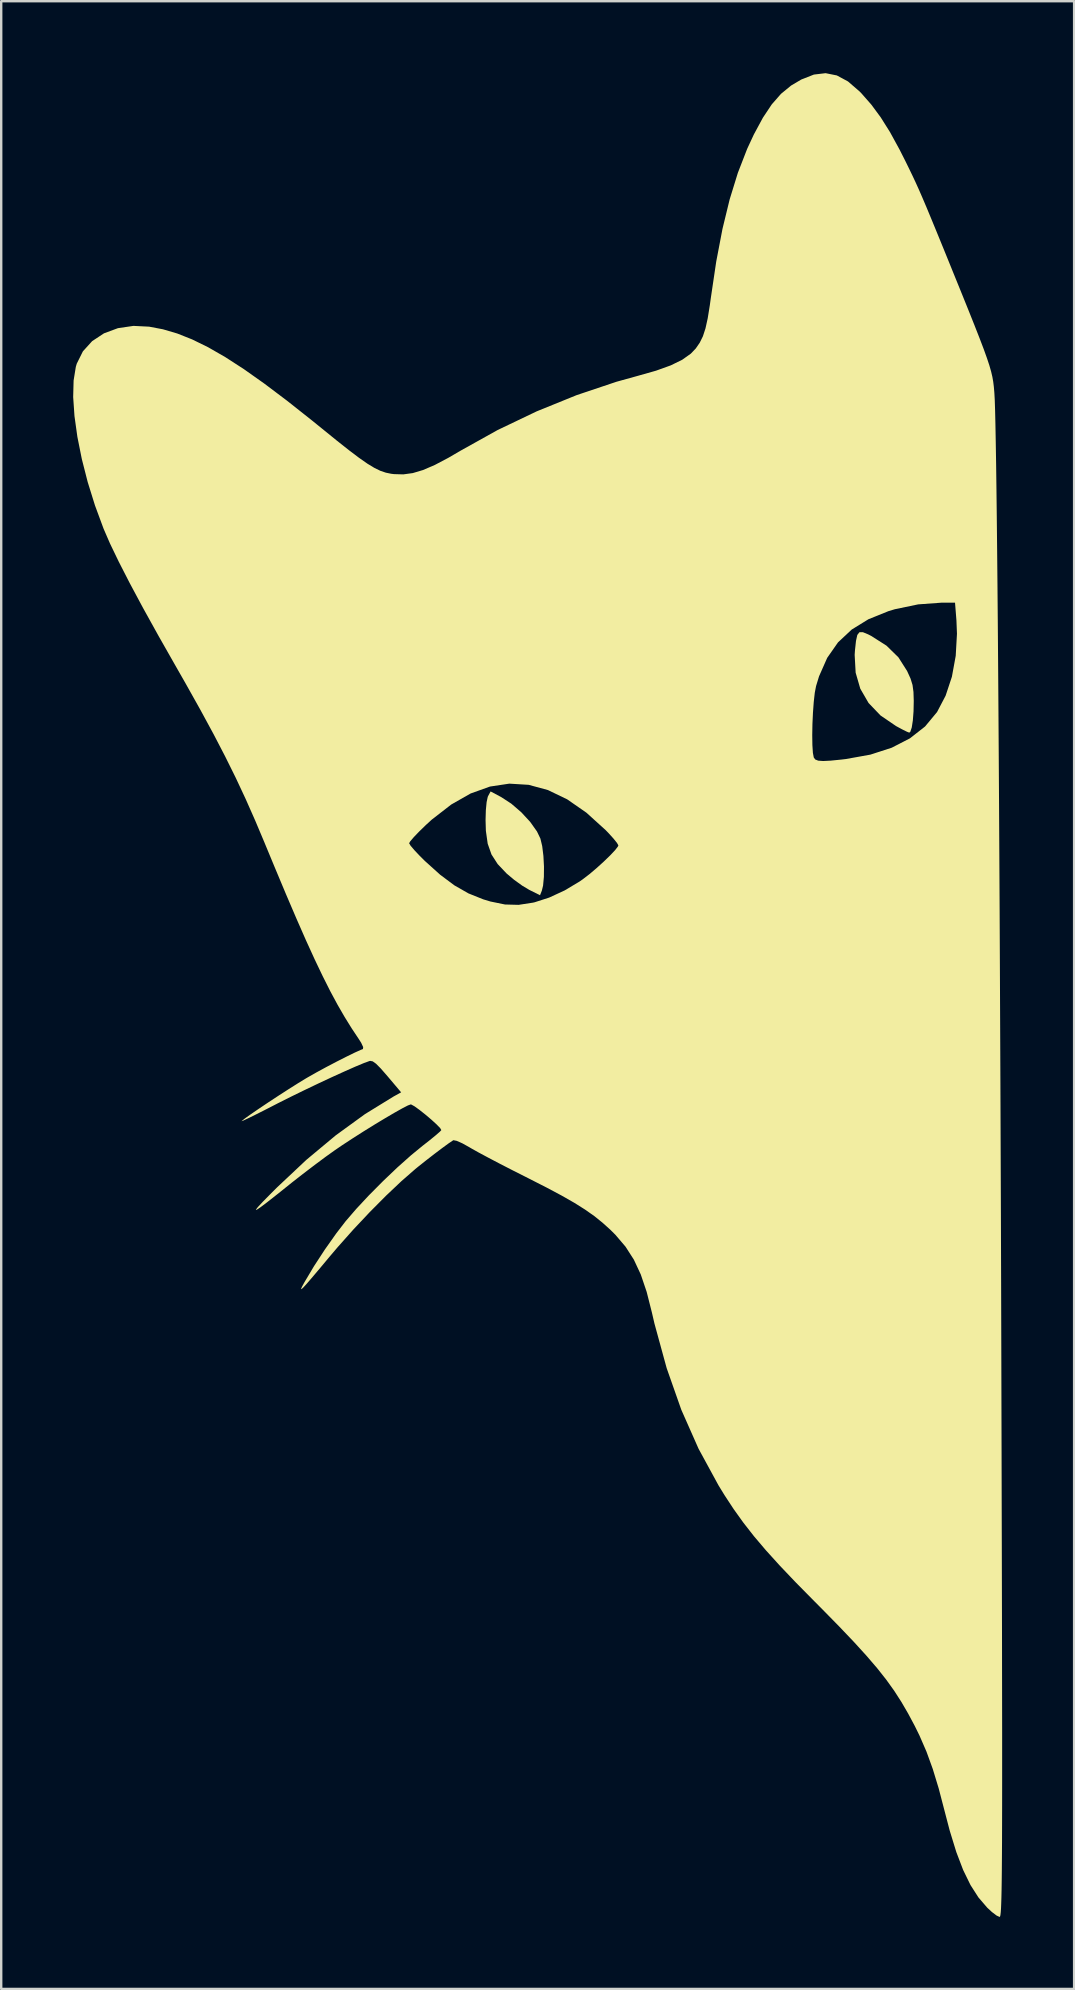
<source format=kicad_pcb>
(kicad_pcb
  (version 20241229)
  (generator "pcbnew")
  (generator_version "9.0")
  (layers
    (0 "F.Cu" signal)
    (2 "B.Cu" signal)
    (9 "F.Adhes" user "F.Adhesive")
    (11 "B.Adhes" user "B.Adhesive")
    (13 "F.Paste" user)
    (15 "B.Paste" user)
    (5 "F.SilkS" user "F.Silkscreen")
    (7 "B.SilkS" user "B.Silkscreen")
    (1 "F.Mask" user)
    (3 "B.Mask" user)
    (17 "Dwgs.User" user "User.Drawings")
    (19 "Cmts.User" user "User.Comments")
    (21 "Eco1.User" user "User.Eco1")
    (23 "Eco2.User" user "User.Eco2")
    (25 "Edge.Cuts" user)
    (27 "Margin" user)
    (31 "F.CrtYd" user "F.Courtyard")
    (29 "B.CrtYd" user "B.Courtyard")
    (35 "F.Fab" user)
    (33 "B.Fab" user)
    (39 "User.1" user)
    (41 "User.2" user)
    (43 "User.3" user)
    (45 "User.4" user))
  (footprint "cat"
    (layer "F.Cu")
    (at 19.336 38.494)
    (property "Reference" "cat" (at 0 0 0) (layer "F.SilkS") (effects (font (size 1.5 1.5) (thickness 0.3))))
    (attr board_only exclude_from_pos_files exclude_from_bom)
    (fp_poly (pts (xy 13.798 -15.104) (xy 13.925 -15.039) (xy 14.563 -14.633) (xy 15.059 -14.147) (xy 15.421 -13.578) (xy 15.565 -13.262) (xy 15.648 -12.994) (xy 15.687 -12.702) (xy 15.699 -12.333) (xy 15.69 -11.896) (xy 15.661 -11.515) (xy 15.615 -11.221) (xy 15.556 -11.045) (xy 15.511 -11.008) (xy 15.412 -11.047) (xy 15.21 -11.147) (xy 14.959 -11.283) (xy 14.313 -11.724) (xy 13.816 -12.243) (xy 13.471 -12.838) (xy 13.277 -13.507) (xy 13.236 -14.25) (xy 13.249 -14.44) (xy 13.292 -14.835) (xy 13.346 -15.079) (xy 13.435 -15.193) (xy 13.578 -15.195)) (stroke (width 0) (type solid)) (fill yes) (layer "F.SilkS"))
    (fp_poly (pts (xy -1.498 -8.323) (xy -1.076 -8.048) (xy -0.66 -7.69) (xy -0.29 -7.29) (xy -0.005 -6.889) (xy 0.138 -6.592) (xy 0.213 -6.278) (xy 0.263 -5.871) (xy 0.287 -5.425) (xy 0.283 -4.994) (xy 0.249 -4.632) (xy 0.198 -4.423) (xy 0.122 -4.231) (xy -0.327 -4.455) (xy -0.62 -4.63) (xy -0.958 -4.874) (xy -1.269 -5.135) (xy -1.273 -5.139) (xy -1.644 -5.531) (xy -1.901 -5.93) (xy -2.059 -6.379) (xy -2.135 -6.917) (xy -2.148 -7.366) (xy -2.136 -7.776) (xy -2.104 -8.111) (xy -2.057 -8.331) (xy -2.042 -8.364) (xy -1.938 -8.557)) (stroke (width 0) (type solid)) (fill yes) (layer "F.SilkS"))
    (fp_poly (pts (xy 12.493 -38.4) (xy 12.957 -38.15) (xy 13.435 -37.738) (xy 13.523 -37.648) (xy 13.934 -37.179) (xy 14.322 -36.653) (xy 14.707 -36.041) (xy 15.106 -35.312) (xy 15.345 -34.84) (xy 15.5 -34.524) (xy 15.641 -34.232) (xy 15.776 -33.944) (xy 15.913 -33.641) (xy 16.061 -33.301) (xy 16.229 -32.906) (xy 16.425 -32.434) (xy 16.659 -31.866) (xy 16.939 -31.181) (xy 17.273 -30.359) (xy 17.275 -30.353) (xy 17.65 -29.43) (xy 17.966 -28.648) (xy 18.228 -27.992) (xy 18.442 -27.447) (xy 18.614 -26.996) (xy 18.747 -26.625) (xy 18.849 -26.318) (xy 18.923 -26.06) (xy 18.976 -25.835) (xy 19.012 -25.627) (xy 19.037 -25.422) (xy 19.056 -25.203) (xy 19.06 -25.146) (xy 19.075 -24.876) (xy 19.089 -24.442) (xy 19.103 -23.847) (xy 19.117 -23.096) (xy 19.132 -22.195) (xy 19.146 -21.147) (xy 19.16 -19.957) (xy 19.174 -18.63) (xy 19.188 -17.171) (xy 19.202 -15.583) (xy 19.215 -13.871) (xy 19.228 -12.041) (xy 19.241 -10.096) (xy 19.254 -8.042) (xy 19.266 -5.882) (xy 19.278 -3.621) (xy 19.289 -1.265) (xy 19.3 1.183) (xy 19.311 3.718) (xy 19.321 6.336) (xy 19.331 9.031) (xy 19.34 11.799) (xy 19.348 14.636) (xy 19.353 16.658) (xy 19.359 18.936) (xy 19.364 21.051) (xy 19.369 23.009) (xy 19.373 24.815) (xy 19.377 26.475) (xy 19.379 27.997) (xy 19.381 29.384) (xy 19.383 30.645) (xy 19.383 31.783) (xy 19.383 32.807) (xy 19.382 33.72) (xy 19.38 34.53) (xy 19.378 35.243) (xy 19.374 35.863) (xy 19.37 36.399) (xy 19.365 36.854) (xy 19.359 37.236) (xy 19.352 37.55) (xy 19.344 37.802) (xy 19.336 37.999) (xy 19.326 38.145) (xy 19.315 38.248) (xy 19.303 38.313) (xy 19.29 38.346) (xy 19.279 38.354) (xy 19.154 38.297) (xy 18.959 38.15) (xy 18.761 37.967) (xy 18.396 37.542) (xy 18.064 37.024) (xy 17.758 36.397) (xy 17.472 35.647) (xy 17.198 34.756) (xy 16.983 33.934) (xy 16.738 32.995) (xy 16.491 32.185) (xy 16.229 31.463) (xy 15.936 30.789) (xy 15.742 30.395) (xy 15.465 29.876) (xy 15.184 29.393) (xy 14.885 28.928) (xy 14.552 28.464) (xy 14.171 27.982) (xy 13.728 27.466) (xy 13.209 26.896) (xy 12.6 26.256) (xy 11.885 25.527) (xy 11.555 25.195) (xy 10.778 24.407) (xy 10.112 23.707) (xy 9.538 23.073) (xy 9.039 22.485) (xy 8.597 21.919) (xy 8.193 21.355) (xy 7.809 20.77) (xy 7.559 20.362) (xy 6.73 18.84) (xy 6.011 17.216) (xy 5.4 15.478) (xy 4.89 13.616) (xy 4.786 13.166) (xy 4.567 12.301) (xy 4.321 11.575) (xy 4.032 10.956) (xy 3.685 10.416) (xy 3.264 9.922) (xy 3.048 9.707) (xy 2.721 9.413) (xy 2.379 9.138) (xy 1.998 8.87) (xy 1.557 8.592) (xy 1.032 8.292) (xy 0.4 7.955) (xy -0.361 7.567) (xy -0.489 7.502) (xy -1.034 7.227) (xy -1.563 6.955) (xy -2.046 6.701) (xy -2.451 6.484) (xy -2.748 6.317) (xy -2.836 6.265) (xy -3.117 6.109) (xy -3.347 6.007) (xy -3.485 5.979) (xy -3.497 5.983) (xy -3.674 6.101) (xy -3.945 6.299) (xy -4.275 6.548) (xy -4.627 6.821) (xy -4.964 7.089) (xy -5.08 7.184) (xy -5.657 7.688) (xy -6.3 8.296) (xy -6.978 8.979) (xy -7.658 9.702) (xy -8.309 10.434) (xy -8.616 10.795) (xy -9.037 11.299) (xy -9.36 11.681) (xy -9.592 11.951) (xy -9.743 12.117) (xy -9.822 12.189) (xy -9.837 12.175) (xy -9.798 12.084) (xy -9.712 11.926) (xy -9.695 11.896) (xy -9.3 11.232) (xy -8.843 10.532) (xy -8.369 9.861) (xy -7.98 9.356) (xy -7.537 8.842) (xy -7.005 8.272) (xy -6.421 7.684) (xy -5.826 7.117) (xy -5.257 6.61) (xy -4.782 6.22) (xy -4.475 5.979) (xy -4.223 5.773) (xy -4.052 5.624) (xy -3.992 5.559) (xy -4.04 5.475) (xy -4.19 5.32) (xy -4.407 5.122) (xy -4.656 4.911) (xy -4.902 4.716) (xy -5.11 4.566) (xy -5.247 4.491) (xy -5.266 4.487) (xy -5.386 4.531) (xy -5.622 4.653) (xy -5.951 4.838) (xy -6.348 5.071) (xy -6.789 5.337) (xy -7.248 5.622) (xy -7.701 5.911) (xy -8.125 6.189) (xy -8.427 6.395) (xy -8.812 6.67) (xy -9.274 7.014) (xy -9.763 7.387) (xy -10.226 7.749) (xy -10.329 7.832) (xy -10.858 8.255) (xy -11.26 8.571) (xy -11.536 8.779) (xy -11.689 8.88) (xy -11.722 8.875) (xy -11.636 8.764) (xy -11.435 8.548) (xy -11.12 8.228) (xy -10.837 7.945) (xy -9.616 6.797) (xy -8.39 5.775) (xy -7.173 4.891) (xy -5.982 4.158) (xy -5.931 4.13) (xy -5.667 3.984) (xy -6.241 3.305) (xy -6.515 2.991) (xy -6.711 2.793) (xy -6.851 2.693) (xy -6.957 2.673) (xy -6.985 2.679) (xy -7.221 2.765) (xy -7.581 2.915) (xy -8.037 3.117) (xy -8.563 3.356) (xy -9.13 3.621) (xy -9.711 3.899) (xy -10.28 4.177) (xy -10.808 4.442) (xy -10.922 4.501) (xy -11.368 4.73) (xy -11.752 4.923) (xy -12.053 5.071) (xy -12.25 5.163) (xy -12.321 5.188) (xy -12.319 5.185) (xy -12.182 5.075) (xy -11.93 4.895) (xy -11.592 4.664) (xy -11.197 4.399) (xy -10.775 4.122) (xy -10.353 3.85) (xy -9.962 3.603) (xy -9.629 3.4) (xy -9.564 3.362) (xy -9.203 3.157) (xy -8.791 2.933) (xy -8.362 2.708) (xy -7.954 2.501) (xy -7.603 2.329) (xy -7.345 2.213) (xy -7.259 2.18) (xy -7.249 2.099) (xy -7.331 1.921) (xy -7.425 1.773) (xy -7.727 1.319) (xy -8.022 0.843) (xy -8.318 0.331) (xy -8.62 -0.23) (xy -8.935 -0.856) (xy -9.271 -1.559) (xy -9.634 -2.354) (xy -10.03 -3.255) (xy -10.467 -4.276) (xy -10.951 -5.432) (xy -11.349 -6.392) (xy -11.351 -6.398) (xy -5.334 -6.398) (xy -5.276 -6.3) (xy -5.12 -6.115) (xy -4.891 -5.872) (xy -4.678 -5.66) (xy -4.042 -5.087) (xy -3.448 -4.643) (xy -2.862 -4.308) (xy -2.248 -4.061) (xy -1.947 -3.97) (xy -1.337 -3.845) (xy -0.772 -3.83) (xy -0.167 -3.923) (xy -0.105 -3.937) (xy 0.503 -4.133) (xy 1.15 -4.432) (xy 1.772 -4.804) (xy 1.905 -4.897) (xy 2.182 -5.11) (xy 2.483 -5.365) (xy 2.781 -5.635) (xy 3.047 -5.893) (xy 3.253 -6.112) (xy 3.37 -6.265) (xy 3.387 -6.309) (xy 3.33 -6.411) (xy 3.18 -6.597) (xy 2.964 -6.835) (xy 2.857 -6.945) (xy 2.056 -7.671) (xy 1.254 -8.228) (xy 0.451 -8.615) (xy -0.353 -8.833) (xy -1.158 -8.882) (xy -1.963 -8.761) (xy -2.77 -8.472) (xy -3.578 -8.012) (xy -4.388 -7.384) (xy -4.627 -7.166) (xy -4.908 -6.893) (xy -5.136 -6.656) (xy -5.286 -6.48) (xy -5.334 -6.398) (xy -11.351 -6.398) (xy -11.748 -7.34) (xy -12.147 -8.242) (xy -12.561 -9.127) (xy -13.005 -10.023) (xy -13.462 -10.902) (xy 11.468 -10.902) (xy 11.474 -10.489) (xy 11.495 -10.166) (xy 11.532 -9.972) (xy 11.533 -9.97) (xy 11.595 -9.888) (xy 11.717 -9.84) (xy 11.923 -9.825) (xy 12.238 -9.841) (xy 12.688 -9.886) (xy 12.872 -9.908) (xy 13.89 -10.091) (xy 14.78 -10.379) (xy 15.541 -10.771) (xy 16.17 -11.264) (xy 16.665 -11.86) (xy 16.672 -11.87) (xy 17.027 -12.548) (xy 17.289 -13.338) (xy 17.448 -14.209) (xy 17.5 -15.129) (xy 17.478 -15.683) (xy 17.419 -16.425) (xy 16.859 -16.425) (xy 15.884 -16.354) (xy 14.912 -16.152) (xy 14.647 -16.072) (xy 13.81 -15.734) (xy 13.111 -15.303) (xy 12.541 -14.769) (xy 12.091 -14.124) (xy 11.752 -13.357) (xy 11.627 -12.948) (xy 11.574 -12.671) (xy 11.531 -12.289) (xy 11.498 -11.841) (xy 11.476 -11.365) (xy 11.468 -10.902) (xy -13.462 -10.902) (xy -13.492 -10.959) (xy -14.036 -11.962) (xy -14.653 -13.063) (xy -15.026 -13.716) (xy -15.773 -15.03) (xy -16.424 -16.204) (xy -16.979 -17.24) (xy -17.438 -18.136) (xy -17.802 -18.892) (xy -18.07 -19.51) (xy -18.072 -19.516) (xy -18.428 -20.48) (xy -18.731 -21.453) (xy -18.976 -22.412) (xy -19.161 -23.337) (xy -19.282 -24.205) (xy -19.336 -24.995) (xy -19.318 -25.685) (xy -19.226 -26.253) (xy -19.187 -26.386) (xy -18.931 -26.9) (xy -18.546 -27.325) (xy -18.052 -27.651) (xy -17.471 -27.866) (xy -16.824 -27.961) (xy -16.171 -27.929) (xy -15.593 -27.819) (xy -14.999 -27.644) (xy -14.376 -27.397) (xy -13.713 -27.072) (xy -12.998 -26.661) (xy -12.219 -26.157) (xy -11.365 -25.553) (xy -10.422 -24.842) (xy -9.38 -24.017) (xy -8.975 -23.689) (xy -8.351 -23.183) (xy -7.838 -22.777) (xy -7.417 -22.459) (xy -7.072 -22.218) (xy -6.783 -22.043) (xy -6.535 -21.922) (xy -6.307 -21.844) (xy -6.084 -21.798) (xy -5.965 -21.783) (xy -5.577 -21.772) (xy -5.182 -21.826) (xy -4.753 -21.954) (xy -4.265 -22.164) (xy -3.691 -22.467) (xy -3.194 -22.757) (xy -1.646 -23.62) (xy -0.017 -24.399) (xy 1.648 -25.075) (xy 3.304 -25.631) (xy 4.191 -25.877) (xy 4.957 -26.094) (xy 5.57 -26.315) (xy 6.048 -26.549) (xy 6.407 -26.804) (xy 6.612 -27.018) (xy 6.777 -27.257) (xy 6.91 -27.526) (xy 7.018 -27.855) (xy 7.111 -28.276) (xy 7.199 -28.821) (xy 7.241 -29.125) (xy 7.466 -30.641) (xy 7.727 -32.006) (xy 8.026 -33.234) (xy 8.368 -34.341) (xy 8.756 -35.341) (xy 9.035 -35.941) (xy 9.412 -36.639) (xy 9.782 -37.195) (xy 10.166 -37.633) (xy 10.586 -37.978) (xy 11.01 -38.229) (xy 11.537 -38.436) (xy 12.025 -38.494)) (stroke (width 0) (type solid)) (fill yes) (layer "F.SilkS")))
  (gr_rect
    (start -3 -3)
    (end 41.719 79.848)
    (stroke (width 0.1) (type default))
    (fill no)
    (layer "Edge.Cuts")))
</source>
